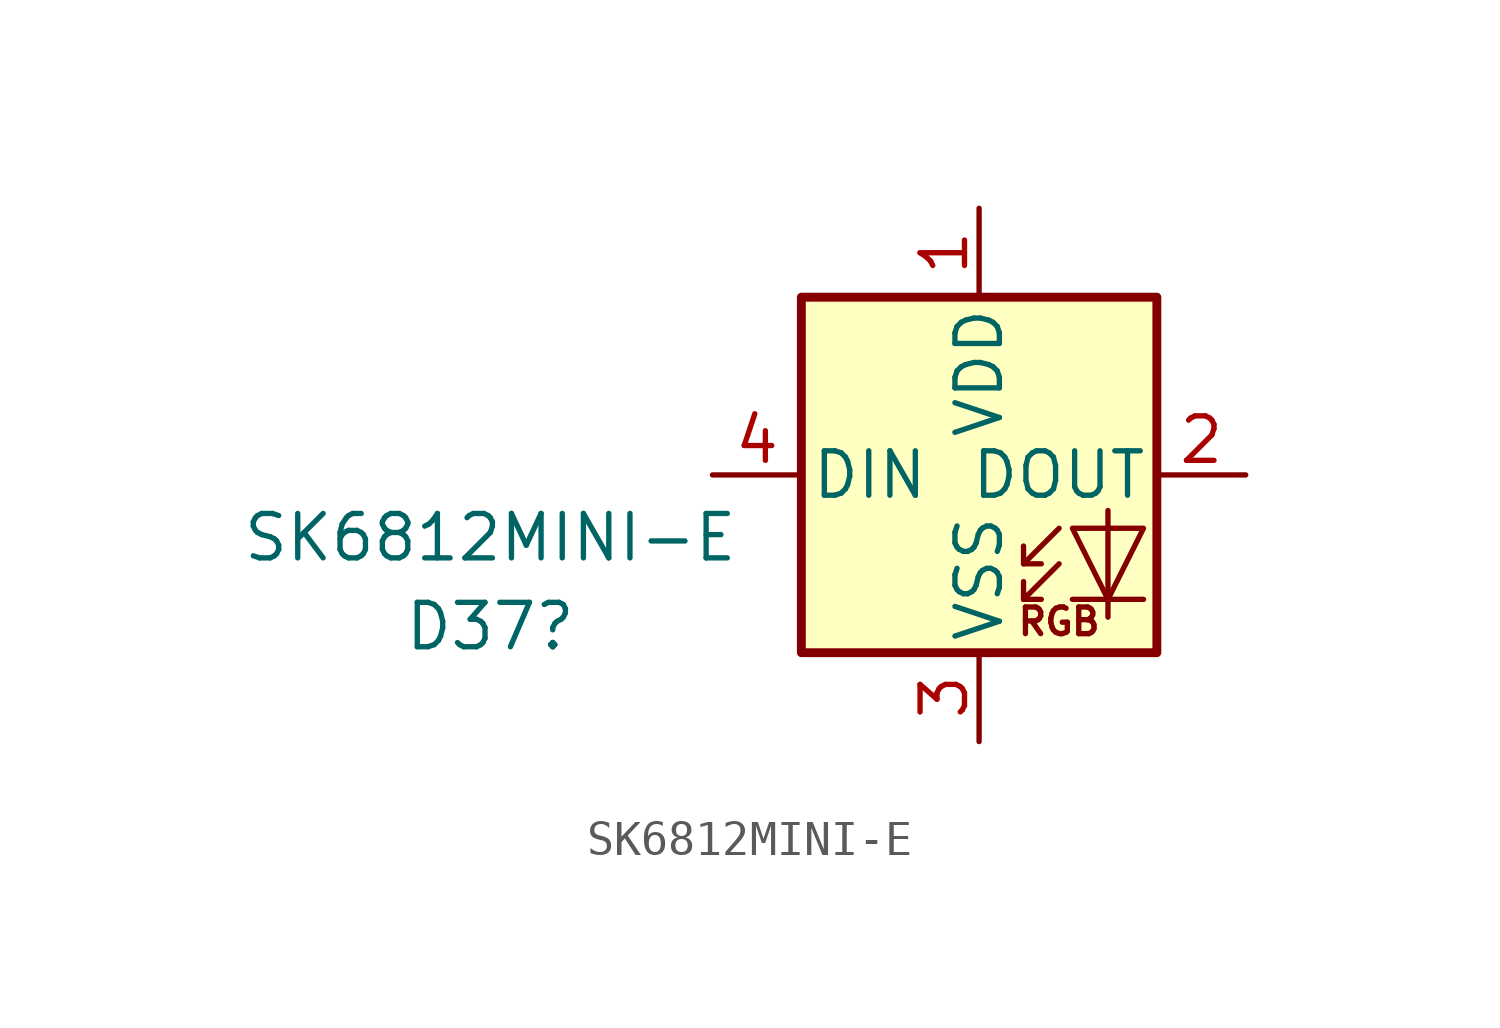
<source format=kicad_sym>
(kicad_symbol_lib
  (version 20220914)
  (generator kicad_symbol_editor)
  (symbol "SK6812MINI-E"
    (pin_names
      (offset 0.254))
    (property "Reference" "D37"
      (at -13.97 -4.331 0)
      (effects (font (size 1.27 1.27))))
    (property "Value" "SK6812MINI-E"
      (at -13.97 -1.791 0)
      (effects (font (size 1.27 1.27))))
    (symbol "SK6812MINI-E_0_0"
      (text "RGB" (at 2.286 -4.191 0) (effects (font (size 0.762 0.762)))))
    (symbol "SK6812MINI-E_0_1"
      (polyline (pts (xy 1.27 -3.556) (xy 1.778 -3.556)) (stroke (width 0) (type default)) (fill (type none)))
      (polyline (pts (xy 1.27 -2.54) (xy 1.778 -2.54)) (stroke (width 0) (type default)) (fill (type none)))
      (polyline (pts (xy 4.699 -3.556) (xy 2.667 -3.556)) (stroke (width 0) (type default)) (fill (type none)))
      (polyline (pts (xy 2.286 -2.54) (xy 1.27 -3.556) (xy 1.27 -3.048)) (stroke (width 0) (type default)) (fill (type none)))
      (polyline (pts (xy 2.286 -1.524) (xy 1.27 -2.54) (xy 1.27 -2.032)) (stroke (width 0) (type default)) (fill (type none)))
      (polyline (pts (xy 3.683 -1.016) (xy 3.683 -3.556) (xy 3.683 -4.064)) (stroke (width 0) (type default)) (fill (type none)))
      (polyline (pts (xy 4.699 -1.524) (xy 2.667 -1.524) (xy 3.683 -3.556) (xy 4.699 -1.524)) (stroke (width 0) (type default)) (fill (type none)))
      (rectangle (start 5.08 5.08) (end -5.08 -5.08) (stroke (width 0.254) (type default)) (fill (type background))))
    (symbol "SK6812MINI-E_1_1"
      (pin power_in line (at 0 7.62 270) (length 2.54) (name "VDD" (effects (font (size 1.27 1.27)))) (number "1" (effects (font (size 1.27 1.27)))))
      (pin output line (at 7.62 0 180) (length 2.54) (name "DOUT" (effects (font (size 1.27 1.27)))) (number "2" (effects (font (size 1.27 1.27)))))
      (pin power_in line (at 0 -7.62 90) (length 2.54) (name "VSS" (effects (font (size 1.27 1.27)))) (number "3" (effects (font (size 1.27 1.27)))))
      (pin input line (at -7.62 0 0) (length 2.54) (name "DIN" (effects (font (size 1.27 1.27)))) (number "4" (effects (font (size 1.27 1.27))))))))
</source>
